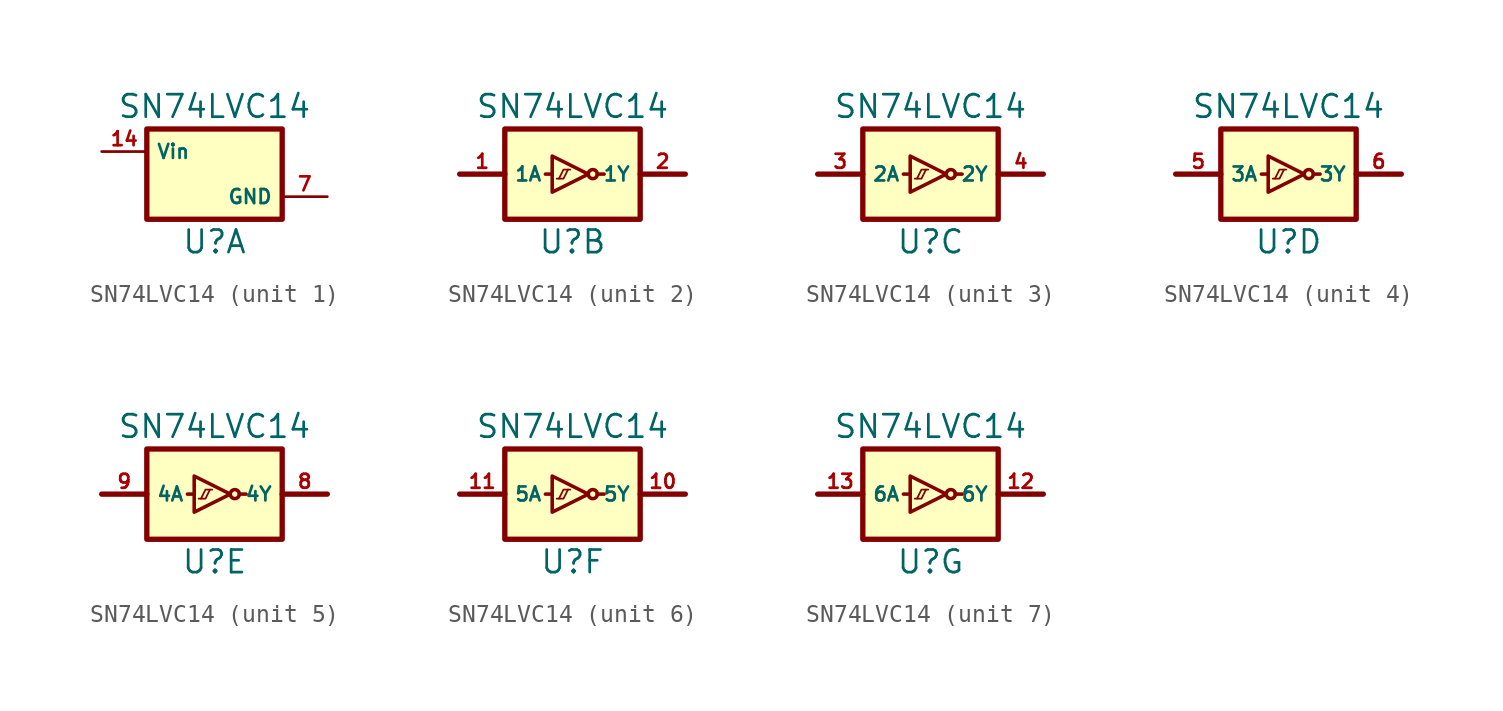
<source format=kicad_sym>
(kicad_symbol_lib
  (version 20211014)
  (generator kicad_symbol_editor)
  (symbol "SN74LVC14"
    (property "Reference" "U"
      (at 0 -3.81 0)
      (effects (font (size 1.27 1.27))))
    (property "Value" "SN74LVC14"
      (at 0 3.81 0)
      (effects (font (size 1.27 1.27))))
    (property "ki_locked" ""
      (at 0 0 0)
      (effects (font (size 1.27 1.27))))
    (symbol "SN74LVC14_0_1"
      (rectangle (start -3.81 2.54) (end 3.81 -2.54) (stroke (width 0.3) (type default) (color 0 0 0 0)) (fill (type background))))
    (symbol "SN74LVC14_1_1"
      (pin power_in line (at -6.35 1.27 0) (length 2.54) (name "Vin" (effects (font (size 0.787 0.787)))) (number "14" (effects (font (size 0.787 0.787)))))
      (pin power_in line (at 6.35 -1.27 180) (length 2.54) (name "GND" (effects (font (size 0.787 0.787)))) (number "7" (effects (font (size 0.787 0.787))))))
    (symbol "SN74LVC14_2_1"
      (polyline (pts (xy -6.35 0) (xy -3.81 0)) (stroke (width 0.3) (type default) (color 0 0 0 0)) (fill (type none)))
      (polyline (pts (xy -1.143 0) (xy -1.524 0)) (stroke (width 0.2) (type default) (color 0 0 0 0)) (fill (type none)))
      (polyline (pts (xy 1.397 0) (xy 1.778 0)) (stroke (width 0.2) (type default) (color 0 0 0 0)) (fill (type none)))
      (polyline (pts (xy 3.81 0) (xy 6.35 0)) (stroke (width 0.3) (type default) (color 0 0 0 0)) (fill (type none)))
      (polyline (pts (xy -0.889 -0.254) (xy -0.508 -0.254) (xy -0.254 0.254)) (stroke (width 0.1) (type default) (color 0 0 0 0)) (fill (type none)))
      (polyline (pts (xy -0.127 0.254) (xy -0.508 0.254) (xy -0.762 -0.254)) (stroke (width 0.1) (type default) (color 0 0 0 0)) (fill (type none)))
      (polyline (pts (xy -1.143 1.016) (xy -1.143 -1.016) (xy 0.889 0) (xy -1.143 1.016)) (stroke (width 0.2) (type default) (color 0 0 0 0)) (fill (type none)))
      (circle (center 1.143 0) (radius 0.254) (stroke (width 0.2) (type default) (color 0 0 0 0)) (fill (type none)))
      (pin input line (at -6.35 0 0) (length 2.54) (name "1A" (effects (font (size 0.787 0.787)))) (number "1" (effects (font (size 0.787 0.787)))))
      (pin output line (at 6.35 0 180) (length 2.54) (name "1Y" (effects (font (size 0.787 0.787)))) (number "2" (effects (font (size 0.787 0.787))))))
    (symbol "SN74LVC14_3_1"
      (polyline (pts (xy -6.35 0) (xy -3.81 0)) (stroke (width 0.3) (type default) (color 0 0 0 0)) (fill (type none)))
      (polyline (pts (xy -1.143 0) (xy -1.524 0)) (stroke (width 0.2) (type default) (color 0 0 0 0)) (fill (type none)))
      (polyline (pts (xy 1.397 0) (xy 1.778 0)) (stroke (width 0.2) (type default) (color 0 0 0 0)) (fill (type none)))
      (polyline (pts (xy 3.81 0) (xy 6.35 0)) (stroke (width 0.3) (type default) (color 0 0 0 0)) (fill (type none)))
      (polyline (pts (xy -0.889 -0.254) (xy -0.508 -0.254) (xy -0.254 0.254)) (stroke (width 0.1) (type default) (color 0 0 0 0)) (fill (type none)))
      (polyline (pts (xy -0.127 0.254) (xy -0.508 0.254) (xy -0.762 -0.254)) (stroke (width 0.1) (type default) (color 0 0 0 0)) (fill (type none)))
      (polyline (pts (xy -1.143 1.016) (xy -1.143 -1.016) (xy 0.889 0) (xy -1.143 1.016)) (stroke (width 0.2) (type default) (color 0 0 0 0)) (fill (type none)))
      (circle (center 1.143 0) (radius 0.254) (stroke (width 0.2) (type default) (color 0 0 0 0)) (fill (type none)))
      (pin input line (at -6.35 0 0) (length 2.54) (name "2A" (effects (font (size 0.787 0.787)))) (number "3" (effects (font (size 0.787 0.787)))))
      (pin output line (at 6.35 0 180) (length 2.54) (name "2Y" (effects (font (size 0.787 0.787)))) (number "4" (effects (font (size 0.787 0.787))))))
    (symbol "SN74LVC14_4_1"
      (polyline (pts (xy -6.35 0) (xy -3.81 0)) (stroke (width 0.3) (type default) (color 0 0 0 0)) (fill (type none)))
      (polyline (pts (xy -1.143 0) (xy -1.524 0)) (stroke (width 0.2) (type default) (color 0 0 0 0)) (fill (type none)))
      (polyline (pts (xy 1.397 0) (xy 1.778 0)) (stroke (width 0.2) (type default) (color 0 0 0 0)) (fill (type none)))
      (polyline (pts (xy 3.81 0) (xy 6.35 0)) (stroke (width 0.3) (type default) (color 0 0 0 0)) (fill (type none)))
      (polyline (pts (xy -0.889 -0.254) (xy -0.508 -0.254) (xy -0.254 0.254)) (stroke (width 0.1) (type default) (color 0 0 0 0)) (fill (type none)))
      (polyline (pts (xy -0.127 0.254) (xy -0.508 0.254) (xy -0.762 -0.254)) (stroke (width 0.1) (type default) (color 0 0 0 0)) (fill (type none)))
      (polyline (pts (xy -1.143 1.016) (xy -1.143 -1.016) (xy 0.889 0) (xy -1.143 1.016)) (stroke (width 0.2) (type default) (color 0 0 0 0)) (fill (type none)))
      (circle (center 1.143 0) (radius 0.254) (stroke (width 0.2) (type default) (color 0 0 0 0)) (fill (type none)))
      (pin input line (at -6.35 0 0) (length 2.54) (name "3A" (effects (font (size 0.787 0.787)))) (number "5" (effects (font (size 0.787 0.787)))))
      (pin output line (at 6.35 0 180) (length 2.54) (name "3Y" (effects (font (size 0.787 0.787)))) (number "6" (effects (font (size 0.787 0.787))))))
    (symbol "SN74LVC14_5_1"
      (polyline (pts (xy -6.35 0) (xy -3.81 0)) (stroke (width 0.3) (type default) (color 0 0 0 0)) (fill (type none)))
      (polyline (pts (xy -1.143 0) (xy -1.524 0)) (stroke (width 0.2) (type default) (color 0 0 0 0)) (fill (type none)))
      (polyline (pts (xy 1.397 0) (xy 1.778 0)) (stroke (width 0.2) (type default) (color 0 0 0 0)) (fill (type none)))
      (polyline (pts (xy 3.81 0) (xy 6.35 0)) (stroke (width 0.3) (type default) (color 0 0 0 0)) (fill (type none)))
      (polyline (pts (xy -0.889 -0.254) (xy -0.508 -0.254) (xy -0.254 0.254)) (stroke (width 0.1) (type default) (color 0 0 0 0)) (fill (type none)))
      (polyline (pts (xy -0.127 0.254) (xy -0.508 0.254) (xy -0.762 -0.254)) (stroke (width 0.1) (type default) (color 0 0 0 0)) (fill (type none)))
      (polyline (pts (xy -1.143 1.016) (xy -1.143 -1.016) (xy 0.889 0) (xy -1.143 1.016)) (stroke (width 0.2) (type default) (color 0 0 0 0)) (fill (type none)))
      (circle (center 1.143 0) (radius 0.254) (stroke (width 0.2) (type default) (color 0 0 0 0)) (fill (type none)))
      (pin output line (at 6.35 0 180) (length 2.54) (name "4Y" (effects (font (size 0.787 0.787)))) (number "8" (effects (font (size 0.787 0.787)))))
      (pin input line (at -6.35 0 0) (length 2.54) (name "4A" (effects (font (size 0.787 0.787)))) (number "9" (effects (font (size 0.787 0.787))))))
    (symbol "SN74LVC14_6_1"
      (polyline (pts (xy -6.35 0) (xy -3.81 0)) (stroke (width 0.3) (type default) (color 0 0 0 0)) (fill (type none)))
      (polyline (pts (xy -1.143 0) (xy -1.524 0)) (stroke (width 0.2) (type default) (color 0 0 0 0)) (fill (type none)))
      (polyline (pts (xy 1.397 0) (xy 1.778 0)) (stroke (width 0.2) (type default) (color 0 0 0 0)) (fill (type none)))
      (polyline (pts (xy 3.81 0) (xy 6.35 0)) (stroke (width 0.3) (type default) (color 0 0 0 0)) (fill (type none)))
      (polyline (pts (xy -0.889 -0.254) (xy -0.508 -0.254) (xy -0.254 0.254)) (stroke (width 0.1) (type default) (color 0 0 0 0)) (fill (type none)))
      (polyline (pts (xy -0.127 0.254) (xy -0.508 0.254) (xy -0.762 -0.254)) (stroke (width 0.1) (type default) (color 0 0 0 0)) (fill (type none)))
      (polyline (pts (xy -1.143 1.016) (xy -1.143 -1.016) (xy 0.889 0) (xy -1.143 1.016)) (stroke (width 0.2) (type default) (color 0 0 0 0)) (fill (type none)))
      (circle (center 1.143 0) (radius 0.254) (stroke (width 0.2) (type default) (color 0 0 0 0)) (fill (type none)))
      (pin output line (at 6.35 0 180) (length 2.54) (name "5Y" (effects (font (size 0.787 0.787)))) (number "10" (effects (font (size 0.787 0.787)))))
      (pin input line (at -6.35 0 0) (length 2.54) (name "5A" (effects (font (size 0.787 0.787)))) (number "11" (effects (font (size 0.787 0.787))))))
    (symbol "SN74LVC14_7_1"
      (polyline (pts (xy -6.35 0) (xy -3.81 0)) (stroke (width 0.3) (type default) (color 0 0 0 0)) (fill (type none)))
      (polyline (pts (xy -1.143 0) (xy -1.524 0)) (stroke (width 0.2) (type default) (color 0 0 0 0)) (fill (type none)))
      (polyline (pts (xy 1.397 0) (xy 1.778 0)) (stroke (width 0.2) (type default) (color 0 0 0 0)) (fill (type none)))
      (polyline (pts (xy 3.81 0) (xy 6.35 0)) (stroke (width 0.3) (type default) (color 0 0 0 0)) (fill (type none)))
      (polyline (pts (xy -0.889 -0.254) (xy -0.508 -0.254) (xy -0.254 0.254)) (stroke (width 0.1) (type default) (color 0 0 0 0)) (fill (type none)))
      (polyline (pts (xy -0.127 0.254) (xy -0.508 0.254) (xy -0.762 -0.254)) (stroke (width 0.1) (type default) (color 0 0 0 0)) (fill (type none)))
      (polyline (pts (xy -1.143 1.016) (xy -1.143 -1.016) (xy 0.889 0) (xy -1.143 1.016)) (stroke (width 0.2) (type default) (color 0 0 0 0)) (fill (type none)))
      (circle (center 1.143 0) (radius 0.254) (stroke (width 0.2) (type default) (color 0 0 0 0)) (fill (type none)))
      (pin output line (at 6.35 0 180) (length 2.54) (name "6Y" (effects (font (size 0.787 0.787)))) (number "12" (effects (font (size 0.787 0.787)))))
      (pin input line (at -6.35 0 0) (length 2.54) (name "6A" (effects (font (size 0.787 0.787)))) (number "13" (effects (font (size 0.787 0.787))))))))
</source>
